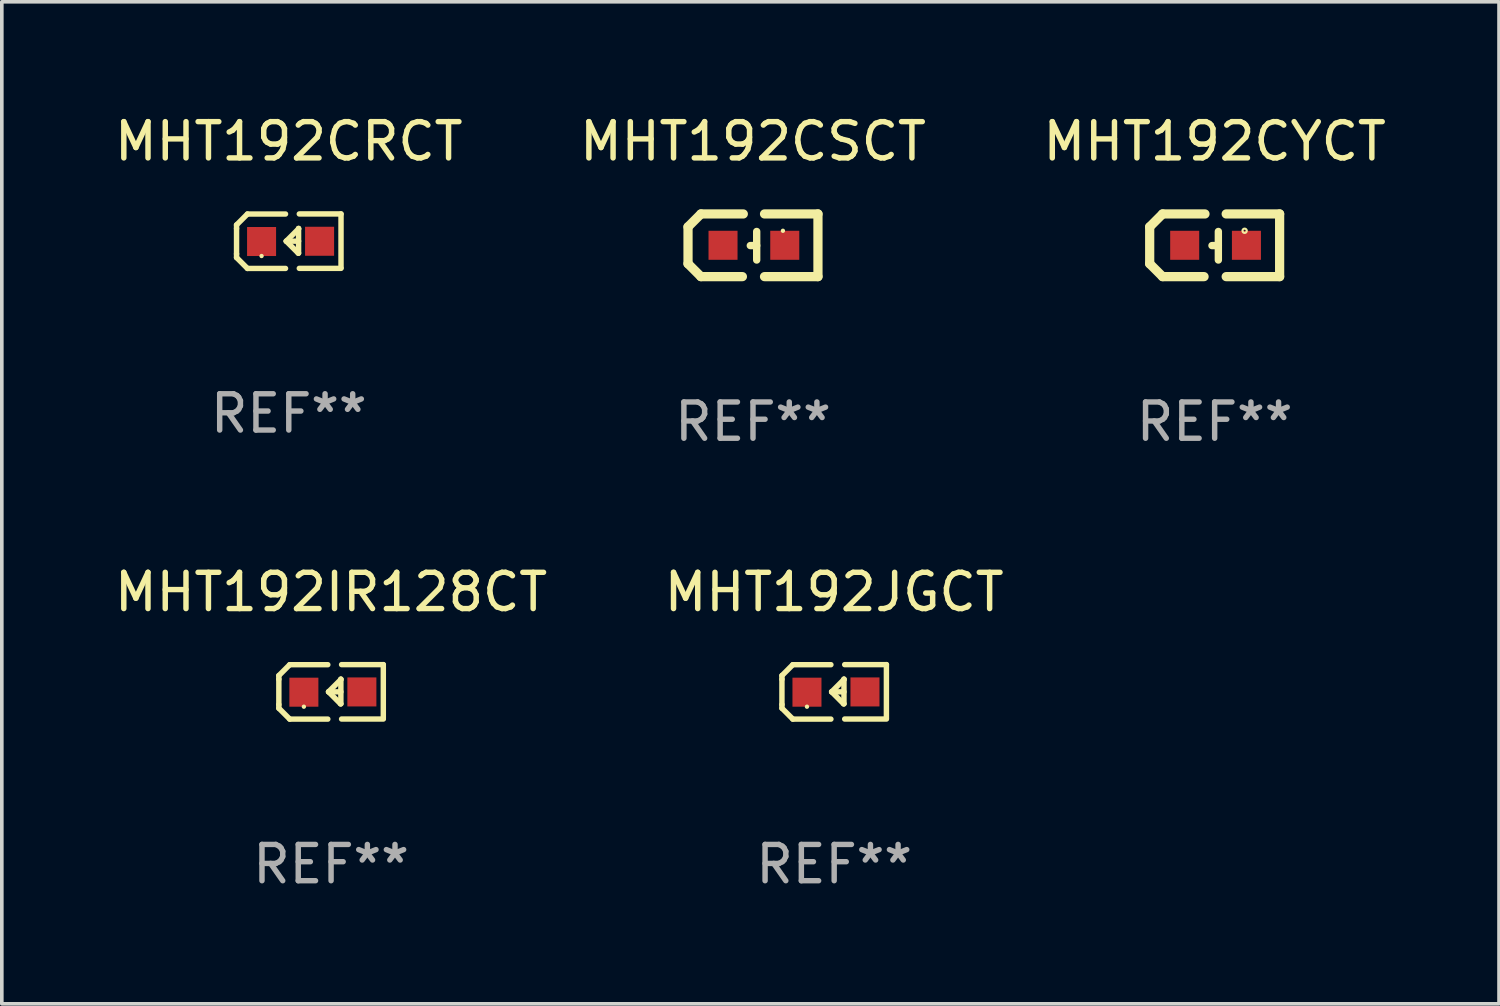
<source format=kicad_pcb>
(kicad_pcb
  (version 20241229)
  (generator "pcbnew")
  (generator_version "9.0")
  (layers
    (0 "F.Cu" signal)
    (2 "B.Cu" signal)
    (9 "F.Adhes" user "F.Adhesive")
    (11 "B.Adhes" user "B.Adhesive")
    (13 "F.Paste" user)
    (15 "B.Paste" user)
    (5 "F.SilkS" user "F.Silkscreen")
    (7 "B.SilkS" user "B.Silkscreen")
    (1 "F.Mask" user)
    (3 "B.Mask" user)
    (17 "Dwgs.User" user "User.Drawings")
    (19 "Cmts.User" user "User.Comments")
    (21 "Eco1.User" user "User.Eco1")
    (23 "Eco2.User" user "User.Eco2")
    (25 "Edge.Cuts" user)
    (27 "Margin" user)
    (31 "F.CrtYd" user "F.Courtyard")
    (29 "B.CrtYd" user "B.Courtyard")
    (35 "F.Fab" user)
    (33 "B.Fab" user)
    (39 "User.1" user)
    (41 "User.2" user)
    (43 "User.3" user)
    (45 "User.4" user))
  (footprint "MHT192IR128CT"
    (layer "F.Cu")
    (at 6.077 16.023)
    (property "Reference" "MHT192IR128CT" (at 0 -2.751 0) (layer "F.SilkS") (effects (font (size 1 1) (thickness 0.15))))
    (attr through_hole)
    (fp_line (start -1.44 -0.449) (end -1.14 -0.749) (stroke (width 0.15) (type solid)) (layer "F.SilkS"))
    (fp_line (start -1.44 -0.349) (end -1.44 -0.449) (stroke (width 0.15) (type solid)) (layer "F.SilkS"))
    (fp_line (start -1.44 -0.349) (end -1.44 0.351) (stroke (width 0.15) (type solid)) (layer "F.SilkS"))
    (fp_line (start -1.44 0.351) (end -1.44 0.451) (stroke (width 0.15) (type solid)) (layer "F.SilkS"))
    (fp_line (start -1.44 0.451) (end -1.14 0.751) (stroke (width 0.15) (type solid)) (layer "F.SilkS"))
    (fp_line (start -0.09 -0.749) (end -1.14 -0.749) (stroke (width 0.15) (type solid)) (layer "F.SilkS"))
    (fp_line (start -0.09 0.751) (end -1.14 0.751) (stroke (width 0.15) (type solid)) (layer "F.SilkS"))
    (fp_line (start 0.26 0.329) (end -0.07 -0.001) (stroke (width 0.15) (type solid)) (layer "F.SilkS"))
    (fp_line (start 0.27 -0.351) (end 0.27 -0.341) (stroke (width 0.15) (type solid)) (layer "F.SilkS"))
    (fp_line (start 0.27 -0.351) (end 0.27 0.329) (stroke (width 0.15) (type solid)) (layer "F.SilkS"))
    (fp_line (start 0.27 -0.341) (end -0.07 -0.001) (stroke (width 0.15) (type solid)) (layer "F.SilkS"))
    (fp_line (start 0.27 -0.001) (end -0.07 -0.001) (stroke (width 0.15) (type solid)) (layer "F.SilkS"))
    (fp_line (start 0.27 0.329) (end 0.26 0.329) (stroke (width 0.15) (type solid)) (layer "F.SilkS"))
    (fp_line (start 0.29 -0.751) (end 1.44 -0.751) (stroke (width 0.15) (type solid)) (layer "F.SilkS"))
    (fp_line (start 0.29 0.749) (end 1.44 0.749) (stroke (width 0.15) (type solid)) (layer "F.SilkS"))
    (fp_line (start 1.44 -0.751) (end 1.44 0.729) (stroke (width 0.15) (type solid)) (layer "F.SilkS"))
    (fp_circle (center -0.75 0.409) (end -0.72 0.409) (stroke (width 0.06) (type solid)) (fill no) (layer "F.SilkS"))
    (fp_text user "REF**" (at 0 4.751 0) (layer "F.Fab") (effects (font (size 1 1) (thickness 0.15))))
    (pad "1" smd rect (at -0.75 0.009 90) (size 0.8 0.8) (layers "F.Cu" "F.Mask" "F.Paste"))
    (pad "2" smd rect (at 0.849 0.002 90) (size 0.8 0.8) (layers "F.Cu" "F.Mask" "F.Paste")))
  (footprint "MHT192JGCT"
    (layer "F.Cu")
    (at 19.946 16.023)
    (property "Reference" "MHT192JGCT" (at 0 -2.751 0) (layer "F.SilkS") (effects (font (size 1 1) (thickness 0.15))))
    (attr through_hole)
    (fp_line (start -1.44 -0.449) (end -1.14 -0.749) (stroke (width 0.15) (type solid)) (layer "F.SilkS"))
    (fp_line (start -1.44 -0.349) (end -1.44 -0.449) (stroke (width 0.15) (type solid)) (layer "F.SilkS"))
    (fp_line (start -1.44 -0.349) (end -1.44 0.351) (stroke (width 0.15) (type solid)) (layer "F.SilkS"))
    (fp_line (start -1.44 0.351) (end -1.44 0.451) (stroke (width 0.15) (type solid)) (layer "F.SilkS"))
    (fp_line (start -1.44 0.451) (end -1.14 0.751) (stroke (width 0.15) (type solid)) (layer "F.SilkS"))
    (fp_line (start -0.09 -0.749) (end -1.14 -0.749) (stroke (width 0.15) (type solid)) (layer "F.SilkS"))
    (fp_line (start -0.09 0.751) (end -1.14 0.751) (stroke (width 0.15) (type solid)) (layer "F.SilkS"))
    (fp_line (start 0.26 0.329) (end -0.07 -0.001) (stroke (width 0.15) (type solid)) (layer "F.SilkS"))
    (fp_line (start 0.27 -0.351) (end 0.27 -0.341) (stroke (width 0.15) (type solid)) (layer "F.SilkS"))
    (fp_line (start 0.27 -0.351) (end 0.27 0.329) (stroke (width 0.15) (type solid)) (layer "F.SilkS"))
    (fp_line (start 0.27 -0.341) (end -0.07 -0.001) (stroke (width 0.15) (type solid)) (layer "F.SilkS"))
    (fp_line (start 0.27 -0.001) (end -0.07 -0.001) (stroke (width 0.15) (type solid)) (layer "F.SilkS"))
    (fp_line (start 0.27 0.329) (end 0.26 0.329) (stroke (width 0.15) (type solid)) (layer "F.SilkS"))
    (fp_line (start 0.29 -0.751) (end 1.44 -0.751) (stroke (width 0.15) (type solid)) (layer "F.SilkS"))
    (fp_line (start 0.29 0.749) (end 1.44 0.749) (stroke (width 0.15) (type solid)) (layer "F.SilkS"))
    (fp_line (start 1.44 -0.751) (end 1.44 0.729) (stroke (width 0.15) (type solid)) (layer "F.SilkS"))
    (fp_circle (center -0.75 0.409) (end -0.72 0.409) (stroke (width 0.06) (type solid)) (fill no) (layer "F.SilkS"))
    (fp_text user "REF**" (at 0 4.751 0) (layer "F.Fab") (effects (font (size 1 1) (thickness 0.15))))
    (pad "1" smd rect (at -0.75 0.009 90) (size 0.8 0.8) (layers "F.Cu" "F.Mask" "F.Paste"))
    (pad "2" smd rect (at 0.849 0.002 90) (size 0.8 0.8) (layers "F.Cu" "F.Mask" "F.Paste")))
  (footprint "MHT192CSCT"
    (layer "F.Cu")
    (at 17.708 3.712)
    (property "Reference" "MHT192CSCT" (at 0 -2.864 0) (layer "F.SilkS") (effects (font (size 1 1) (thickness 0.15))))
    (attr through_hole)
    (fp_line (start -1.791 -0.508) (end -1.435 -0.864) (stroke (width 0.254) (type solid)) (layer "F.SilkS"))
    (fp_line (start -1.791 0.508) (end -1.791 -0.508) (stroke (width 0.254) (type solid)) (layer "F.SilkS"))
    (fp_line (start -1.435 0.864) (end -1.791 0.508) (stroke (width 0.254) (type solid)) (layer "F.SilkS"))
    (fp_line (start -0.292 0.864) (end -1.435 0.864) (stroke (width 0.254) (type solid)) (layer "F.SilkS"))
    (fp_line (start -0.267 -0.864) (end -1.435 -0.864) (stroke (width 0.254) (type solid)) (layer "F.SilkS"))
    (fp_line (start 0.102 0.008) (end -0.074 0.008) (stroke (width 0.203) (type solid)) (layer "F.SilkS"))
    (fp_line (start 0.102 0.406) (end 0.102 -0.381) (stroke (width 0.203) (type solid)) (layer "F.SilkS"))
    (fp_line (start 1.791 -0.864) (end 0.318 -0.864) (stroke (width 0.254) (type solid)) (layer "F.SilkS"))
    (fp_line (start 1.791 0.864) (end 0.318 0.864) (stroke (width 0.254) (type solid)) (layer "F.SilkS"))
    (fp_line (start 1.791 0.864) (end 1.791 -0.864) (stroke (width 0.254) (type solid)) (layer "F.SilkS"))
    (fp_circle (center 0.825 -0.4) (end 0.855 -0.4) (stroke (width 0.06) (type solid)) (fill no) (layer "F.SilkS"))
    (fp_text user "REF**" (at 0 4.864 0) (layer "F.Fab") (effects (font (size 1 1) (thickness 0.15))))
    (pad "1" smd rect (at 0.876 0 90) (size 0.8 0.8) (layers "F.Cu" "F.Mask" "F.Paste"))
    (pad "2" smd rect (at -0.826 0 90) (size 0.8 0.8) (layers "F.Cu" "F.Mask" "F.Paste")))
  (footprint "MHT192CYCT"
    (layer "F.Cu")
    (at 30.435 3.712)
    (property "Reference" "MHT192CYCT" (at 0 -2.864 0) (layer "F.SilkS") (effects (font (size 1 1) (thickness 0.15))))
    (attr through_hole)
    (fp_line (start -1.791 -0.508) (end -1.435 -0.864) (stroke (width 0.254) (type solid)) (layer "F.SilkS"))
    (fp_line (start -1.791 0.508) (end -1.791 -0.508) (stroke (width 0.254) (type solid)) (layer "F.SilkS"))
    (fp_line (start -1.435 0.864) (end -1.791 0.508) (stroke (width 0.254) (type solid)) (layer "F.SilkS"))
    (fp_line (start -0.292 0.864) (end -1.435 0.864) (stroke (width 0.254) (type solid)) (layer "F.SilkS"))
    (fp_line (start -0.267 -0.864) (end -1.435 -0.864) (stroke (width 0.254) (type solid)) (layer "F.SilkS"))
    (fp_line (start 0.102 0.008) (end -0.074 0.008) (stroke (width 0.203) (type solid)) (layer "F.SilkS"))
    (fp_line (start 0.102 0.406) (end 0.102 -0.381) (stroke (width 0.203) (type solid)) (layer "F.SilkS"))
    (fp_line (start 1.791 -0.864) (end 0.318 -0.864) (stroke (width 0.254) (type solid)) (layer "F.SilkS"))
    (fp_line (start 1.791 0.864) (end 0.318 0.864) (stroke (width 0.254) (type solid)) (layer "F.SilkS"))
    (fp_line (start 1.791 0.864) (end 1.791 -0.864) (stroke (width 0.254) (type solid)) (layer "F.SilkS"))
    (fp_circle (center 0.826 -0.4) (end 0.855 -0.4) (stroke (width 0.06) (type solid)) (fill no) (layer "F.SilkS"))
    (fp_text user "REF**" (at 0 4.864 0) (layer "F.Fab") (effects (font (size 1 1) (thickness 0.15))))
    (pad "1" smd rect (at 0.876 0.000127 90) (size 0.8 0.8) (layers "F.Cu" "F.Mask" "F.Paste"))
    (pad "2" smd rect (at -0.826 0.000127 90) (size 0.8 0.8) (layers "F.Cu" "F.Mask" "F.Paste")))
  (footprint "MHT192CRCT"
    (layer "F.Cu")
    (at 4.911 3.599)
    (property "Reference" "MHT192CRCT" (at 0 -2.751 0) (layer "F.SilkS") (effects (font (size 1 1) (thickness 0.15))))
    (attr through_hole)
    (fp_line (start -1.44 -0.449) (end -1.14 -0.749) (stroke (width 0.15) (type solid)) (layer "F.SilkS"))
    (fp_line (start -1.44 -0.349) (end -1.44 -0.449) (stroke (width 0.15) (type solid)) (layer "F.SilkS"))
    (fp_line (start -1.44 -0.349) (end -1.44 0.351) (stroke (width 0.15) (type solid)) (layer "F.SilkS"))
    (fp_line (start -1.44 0.351) (end -1.44 0.451) (stroke (width 0.15) (type solid)) (layer "F.SilkS"))
    (fp_line (start -1.44 0.451) (end -1.14 0.751) (stroke (width 0.15) (type solid)) (layer "F.SilkS"))
    (fp_line (start -0.09 -0.749) (end -1.14 -0.749) (stroke (width 0.15) (type solid)) (layer "F.SilkS"))
    (fp_line (start -0.09 0.751) (end -1.14 0.751) (stroke (width 0.15) (type solid)) (layer "F.SilkS"))
    (fp_line (start 0.26 0.329) (end -0.07 -0.001) (stroke (width 0.15) (type solid)) (layer "F.SilkS"))
    (fp_line (start 0.27 -0.351) (end 0.27 -0.341) (stroke (width 0.15) (type solid)) (layer "F.SilkS"))
    (fp_line (start 0.27 -0.351) (end 0.27 0.329) (stroke (width 0.15) (type solid)) (layer "F.SilkS"))
    (fp_line (start 0.27 -0.341) (end -0.07 -0.001) (stroke (width 0.15) (type solid)) (layer "F.SilkS"))
    (fp_line (start 0.27 -0.001) (end -0.07 -0.001) (stroke (width 0.15) (type solid)) (layer "F.SilkS"))
    (fp_line (start 0.27 0.329) (end 0.26 0.329) (stroke (width 0.15) (type solid)) (layer "F.SilkS"))
    (fp_line (start 0.29 -0.751) (end 1.44 -0.751) (stroke (width 0.15) (type solid)) (layer "F.SilkS"))
    (fp_line (start 0.29 0.749) (end 1.44 0.749) (stroke (width 0.15) (type solid)) (layer "F.SilkS"))
    (fp_line (start 1.44 -0.751) (end 1.44 0.729) (stroke (width 0.15) (type solid)) (layer "F.SilkS"))
    (fp_circle (center -0.75 0.409) (end -0.72 0.409) (stroke (width 0.06) (type solid)) (fill no) (layer "F.SilkS"))
    (fp_text user "REF**" (at 0 4.751 0) (layer "F.Fab") (effects (font (size 1 1) (thickness 0.15))))
    (pad "1" smd rect (at -0.75 0.009 90) (size 0.8 0.8) (layers "F.Cu" "F.Mask" "F.Paste"))
    (pad "2" smd rect (at 0.849 0.002 90) (size 0.8 0.8) (layers "F.Cu" "F.Mask" "F.Paste")))
  (gr_rect
    (start -3 -3)
    (end 38.274 24.623)
    (stroke (width 0.1) (type default))
    (fill no)
    (layer "Edge.Cuts")))
</source>
